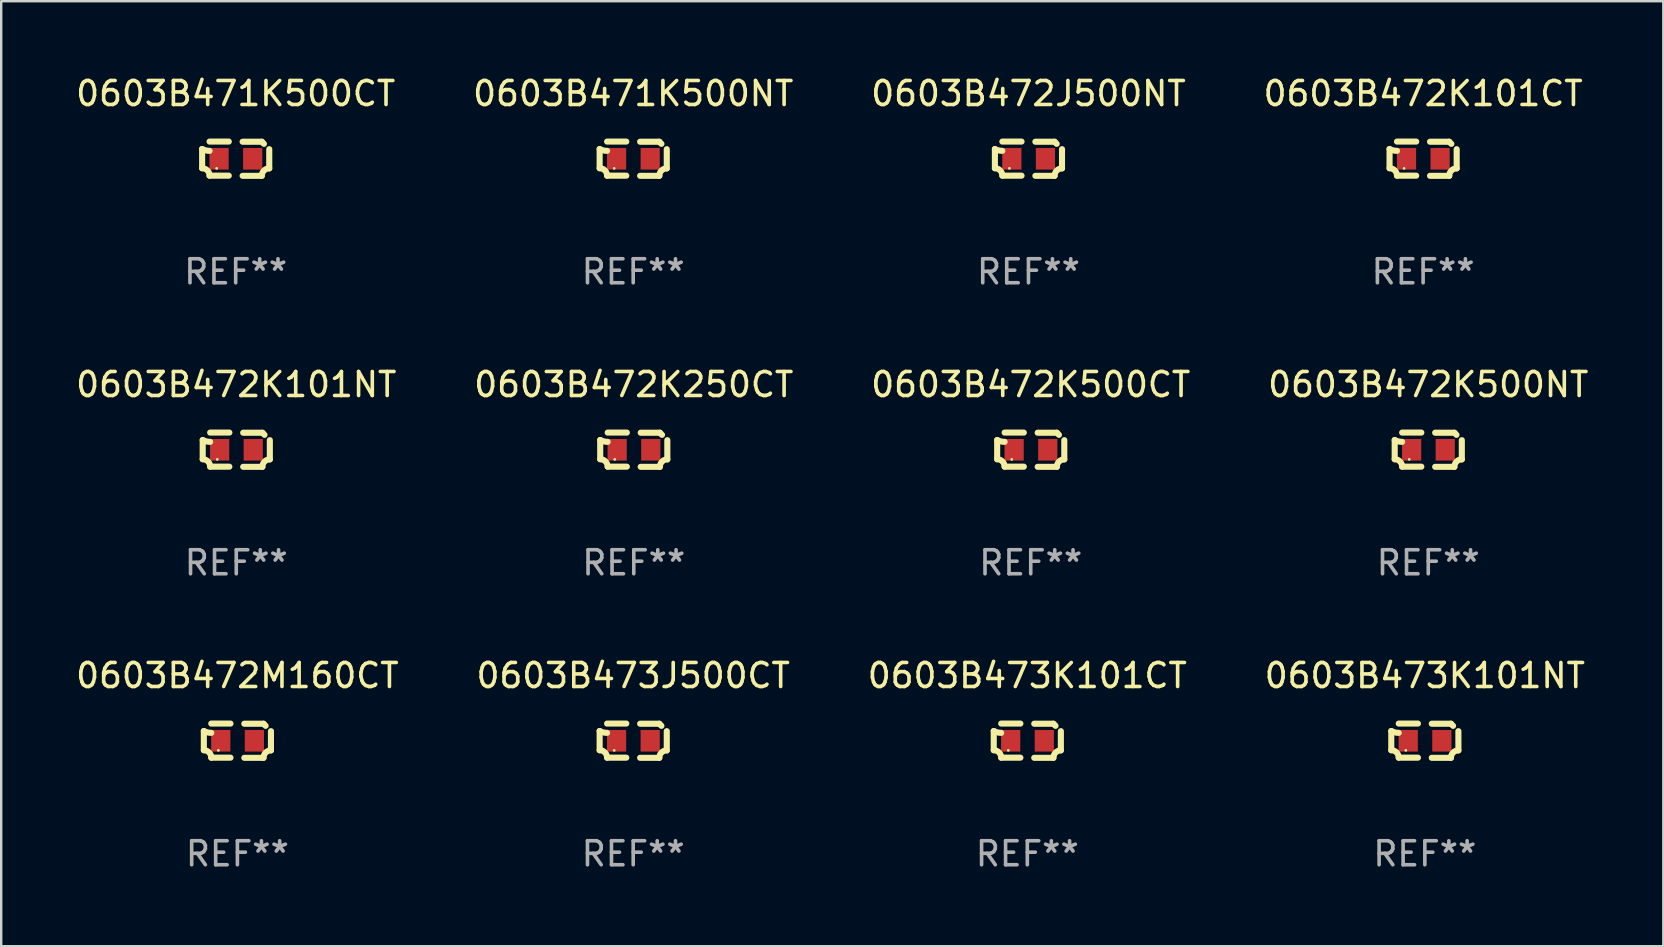
<source format=kicad_pcb>
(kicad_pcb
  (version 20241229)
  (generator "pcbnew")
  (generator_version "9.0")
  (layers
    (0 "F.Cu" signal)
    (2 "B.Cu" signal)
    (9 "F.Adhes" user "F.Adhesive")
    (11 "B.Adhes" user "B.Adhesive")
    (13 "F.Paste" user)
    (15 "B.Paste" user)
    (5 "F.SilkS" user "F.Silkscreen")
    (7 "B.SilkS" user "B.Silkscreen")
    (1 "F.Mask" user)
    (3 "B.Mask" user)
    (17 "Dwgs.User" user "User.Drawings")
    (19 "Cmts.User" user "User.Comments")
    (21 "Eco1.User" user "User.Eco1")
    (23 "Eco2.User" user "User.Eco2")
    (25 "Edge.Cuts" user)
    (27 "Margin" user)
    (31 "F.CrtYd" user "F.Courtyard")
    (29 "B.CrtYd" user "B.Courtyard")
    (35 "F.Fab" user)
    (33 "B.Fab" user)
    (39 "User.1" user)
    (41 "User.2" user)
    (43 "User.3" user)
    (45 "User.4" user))
  (footprint "0603B472K250CT"
    (layer "F.Cu")
    (at 23.351 15.683)
    (property "Reference" "0603B472K250CT" (at 0 -2.713 0) (layer "F.SilkS") (effects (font (size 1 1) (thickness 0.15))))
    (attr through_hole)
    (fp_line (start -1.398 -0.403) (end -1.398 0.397) (stroke (width 0.254) (type solid)) (layer "F.SilkS"))
    (fp_line (start -0.288 -0.713) (end -1.088 -0.713) (stroke (width 0.254) (type solid)) (layer "F.SilkS"))
    (fp_line (start -0.288 0.707) (end -1.088 0.707) (stroke (width 0.254) (type solid)) (layer "F.SilkS"))
    (fp_line (start 0.288 -0.707) (end 1.088 -0.707) (stroke (width 0.254) (type solid)) (layer "F.SilkS"))
    (fp_line (start 0.288 0.713) (end 1.088 0.713) (stroke (width 0.254) (type solid)) (layer "F.SilkS"))
    (fp_line (start 1.398 -0.397) (end 1.398 0.403) (stroke (width 0.254) (type solid)) (layer "F.SilkS"))
    (fp_arc (start -1.397789 0.397066) (mid -1.178701 0.487826) (end -1.08796 0.706922) (stroke (width 0.254001) (type solid)) (layer "F.SilkS"))
    (fp_arc (start -1.08796 -0.327176) (mid -1.247436 -0.346384) (end -1.39779 -0.402908) (stroke (width 0.254001) (type solid)) (layer "F.SilkS"))
    (fp_arc (start 1.087909 0.712738) (mid 1.178656 0.493655) (end 1.397739 0.402908) (stroke (width 0.254001) (type solid)) (layer "F.SilkS"))
    (fp_arc (start 1.175925 -0.618926) (mid 1.131917 -0.662923) (end 1.08791 -0.706922) (stroke (width 0.254001) (type solid)) (layer "F.SilkS"))
    (fp_circle (center -0.792 0.403) (end -0.762 0.403) (stroke (width 0.06) (type solid)) (fill no) (layer "F.SilkS"))
    (fp_text user "REF**" (at 0 4.713 0) (layer "F.Fab") (effects (font (size 1 1) (thickness 0.15))))
    (pad "1" smd rect (at -0.692 0.003) (size 0.8 0.9) (layers "F.Cu" "F.Mask" "F.Paste"))
    (pad "2" smd rect (at 0.708 0.003) (size 0.8 0.9) (layers "F.Cu" "F.Mask" "F.Paste")))
  (footprint "0603B473K101NT"
    (layer "F.Cu")
    (at 56.304 27.805)
    (property "Reference" "0603B473K101NT" (at 0 -2.713 0) (layer "F.SilkS") (effects (font (size 1 1) (thickness 0.15))))
    (attr through_hole)
    (fp_line (start -1.398 -0.403) (end -1.398 0.397) (stroke (width 0.254) (type solid)) (layer "F.SilkS"))
    (fp_line (start -0.288 -0.713) (end -1.088 -0.713) (stroke (width 0.254) (type solid)) (layer "F.SilkS"))
    (fp_line (start -0.288 0.707) (end -1.088 0.707) (stroke (width 0.254) (type solid)) (layer "F.SilkS"))
    (fp_line (start 0.288 -0.707) (end 1.088 -0.707) (stroke (width 0.254) (type solid)) (layer "F.SilkS"))
    (fp_line (start 0.288 0.713) (end 1.088 0.713) (stroke (width 0.254) (type solid)) (layer "F.SilkS"))
    (fp_line (start 1.398 -0.397) (end 1.398 0.403) (stroke (width 0.254) (type solid)) (layer "F.SilkS"))
    (fp_arc (start -1.397789 0.397066) (mid -1.178701 0.487826) (end -1.08796 0.706922) (stroke (width 0.254001) (type solid)) (layer "F.SilkS"))
    (fp_arc (start -1.08796 -0.327176) (mid -1.247436 -0.346384) (end -1.39779 -0.402908) (stroke (width 0.254001) (type solid)) (layer "F.SilkS"))
    (fp_arc (start 1.087909 0.712738) (mid 1.178656 0.493655) (end 1.397739 0.402908) (stroke (width 0.254001) (type solid)) (layer "F.SilkS"))
    (fp_arc (start 1.175925 -0.618926) (mid 1.131917 -0.662923) (end 1.08791 -0.706922) (stroke (width 0.254001) (type solid)) (layer "F.SilkS"))
    (fp_circle (center -0.792 0.403) (end -0.762 0.403) (stroke (width 0.06) (type solid)) (fill no) (layer "F.SilkS"))
    (fp_text user "REF**" (at 0 4.713 0) (layer "F.Fab") (effects (font (size 1 1) (thickness 0.15))))
    (pad "1" smd rect (at -0.692 0.003) (size 0.8 0.9) (layers "F.Cu" "F.Mask" "F.Paste"))
    (pad "2" smd rect (at 0.708 0.003) (size 0.8 0.9) (layers "F.Cu" "F.Mask" "F.Paste")))
  (footprint "0603B472K101NT"
    (layer "F.Cu")
    (at 6.792 15.683)
    (property "Reference" "0603B472K101NT" (at 0 -2.713 0) (layer "F.SilkS") (effects (font (size 1 1) (thickness 0.15))))
    (attr through_hole)
    (fp_line (start -1.398 -0.403) (end -1.398 0.397) (stroke (width 0.254) (type solid)) (layer "F.SilkS"))
    (fp_line (start -0.288 -0.713) (end -1.088 -0.713) (stroke (width 0.254) (type solid)) (layer "F.SilkS"))
    (fp_line (start -0.288 0.707) (end -1.088 0.707) (stroke (width 0.254) (type solid)) (layer "F.SilkS"))
    (fp_line (start 0.288 -0.707) (end 1.088 -0.707) (stroke (width 0.254) (type solid)) (layer "F.SilkS"))
    (fp_line (start 0.288 0.713) (end 1.088 0.713) (stroke (width 0.254) (type solid)) (layer "F.SilkS"))
    (fp_line (start 1.398 -0.397) (end 1.398 0.403) (stroke (width 0.254) (type solid)) (layer "F.SilkS"))
    (fp_arc (start -1.397789 0.397066) (mid -1.178701 0.487826) (end -1.08796 0.706922) (stroke (width 0.254001) (type solid)) (layer "F.SilkS"))
    (fp_arc (start -1.08796 -0.327176) (mid -1.247436 -0.346384) (end -1.39779 -0.402908) (stroke (width 0.254001) (type solid)) (layer "F.SilkS"))
    (fp_arc (start 1.087909 0.712738) (mid 1.178656 0.493655) (end 1.397739 0.402908) (stroke (width 0.254001) (type solid)) (layer "F.SilkS"))
    (fp_arc (start 1.175925 -0.618926) (mid 1.131917 -0.662923) (end 1.08791 -0.706922) (stroke (width 0.254001) (type solid)) (layer "F.SilkS"))
    (fp_circle (center -0.792 0.403) (end -0.762 0.403) (stroke (width 0.06) (type solid)) (fill no) (layer "F.SilkS"))
    (fp_text user "REF**" (at 0 4.713 0) (layer "F.Fab") (effects (font (size 1 1) (thickness 0.15))))
    (pad "1" smd rect (at -0.692 0.003) (size 0.8 0.9) (layers "F.Cu" "F.Mask" "F.Paste"))
    (pad "2" smd rect (at 0.708 0.003) (size 0.8 0.9) (layers "F.Cu" "F.Mask" "F.Paste")))
  (footprint "0603B473J500CT"
    (layer "F.Cu")
    (at 23.327 27.805)
    (property "Reference" "0603B473J500CT" (at 0 -2.713 0) (layer "F.SilkS") (effects (font (size 1 1) (thickness 0.15))))
    (attr through_hole)
    (fp_line (start -1.398 -0.403) (end -1.398 0.397) (stroke (width 0.254) (type solid)) (layer "F.SilkS"))
    (fp_line (start -0.288 -0.713) (end -1.088 -0.713) (stroke (width 0.254) (type solid)) (layer "F.SilkS"))
    (fp_line (start -0.288 0.707) (end -1.088 0.707) (stroke (width 0.254) (type solid)) (layer "F.SilkS"))
    (fp_line (start 0.288 -0.707) (end 1.088 -0.707) (stroke (width 0.254) (type solid)) (layer "F.SilkS"))
    (fp_line (start 0.288 0.713) (end 1.088 0.713) (stroke (width 0.254) (type solid)) (layer "F.SilkS"))
    (fp_line (start 1.398 -0.397) (end 1.398 0.403) (stroke (width 0.254) (type solid)) (layer "F.SilkS"))
    (fp_arc (start -1.397789 0.397066) (mid -1.178701 0.487826) (end -1.08796 0.706922) (stroke (width 0.254001) (type solid)) (layer "F.SilkS"))
    (fp_arc (start -1.08796 -0.327176) (mid -1.247436 -0.346384) (end -1.39779 -0.402908) (stroke (width 0.254001) (type solid)) (layer "F.SilkS"))
    (fp_arc (start 1.087909 0.712738) (mid 1.178656 0.493655) (end 1.397739 0.402908) (stroke (width 0.254001) (type solid)) (layer "F.SilkS"))
    (fp_arc (start 1.175925 -0.618926) (mid 1.131917 -0.662923) (end 1.08791 -0.706922) (stroke (width 0.254001) (type solid)) (layer "F.SilkS"))
    (fp_circle (center -0.792 0.403) (end -0.762 0.403) (stroke (width 0.06) (type solid)) (fill no) (layer "F.SilkS"))
    (fp_text user "REF**" (at 0 4.713 0) (layer "F.Fab") (effects (font (size 1 1) (thickness 0.15))))
    (pad "1" smd rect (at -0.692 0.003) (size 0.8 0.9) (layers "F.Cu" "F.Mask" "F.Paste"))
    (pad "2" smd rect (at 0.708 0.003) (size 0.8 0.9) (layers "F.Cu" "F.Mask" "F.Paste")))
  (footprint "0603B472J500NT"
    (layer "F.Cu")
    (at 39.792 3.561)
    (property "Reference" "0603B472J500NT" (at 0 -2.713 0) (layer "F.SilkS") (effects (font (size 1 1) (thickness 0.15))))
    (attr through_hole)
    (fp_line (start -1.398 -0.403) (end -1.398 0.397) (stroke (width 0.254) (type solid)) (layer "F.SilkS"))
    (fp_line (start -0.288 -0.713) (end -1.088 -0.713) (stroke (width 0.254) (type solid)) (layer "F.SilkS"))
    (fp_line (start -0.288 0.707) (end -1.088 0.707) (stroke (width 0.254) (type solid)) (layer "F.SilkS"))
    (fp_line (start 0.288 -0.707) (end 1.088 -0.707) (stroke (width 0.254) (type solid)) (layer "F.SilkS"))
    (fp_line (start 0.288 0.713) (end 1.088 0.713) (stroke (width 0.254) (type solid)) (layer "F.SilkS"))
    (fp_line (start 1.398 -0.397) (end 1.398 0.403) (stroke (width 0.254) (type solid)) (layer "F.SilkS"))
    (fp_arc (start -1.397789 0.397066) (mid -1.178701 0.487826) (end -1.08796 0.706922) (stroke (width 0.254001) (type solid)) (layer "F.SilkS"))
    (fp_arc (start -1.08796 -0.327176) (mid -1.247436 -0.346384) (end -1.39779 -0.402908) (stroke (width 0.254001) (type solid)) (layer "F.SilkS"))
    (fp_arc (start 1.087909 0.712738) (mid 1.178656 0.493655) (end 1.397739 0.402908) (stroke (width 0.254001) (type solid)) (layer "F.SilkS"))
    (fp_arc (start 1.175925 -0.618926) (mid 1.131917 -0.662923) (end 1.08791 -0.706922) (stroke (width 0.254001) (type solid)) (layer "F.SilkS"))
    (fp_circle (center -0.792 0.403) (end -0.762 0.403) (stroke (width 0.06) (type solid)) (fill no) (layer "F.SilkS"))
    (fp_text user "REF**" (at 0 4.713 0) (layer "F.Fab") (effects (font (size 1 1) (thickness 0.15))))
    (pad "1" smd rect (at -0.692 0.003) (size 0.8 0.9) (layers "F.Cu" "F.Mask" "F.Paste"))
    (pad "2" smd rect (at 0.708 0.003) (size 0.8 0.9) (layers "F.Cu" "F.Mask" "F.Paste")))
  (footprint "0603B472K500NT"
    (layer "F.Cu")
    (at 56.446 15.683)
    (property "Reference" "0603B472K500NT" (at 0 -2.713 0) (layer "F.SilkS") (effects (font (size 1 1) (thickness 0.15))))
    (attr through_hole)
    (fp_line (start -1.398 -0.403) (end -1.398 0.397) (stroke (width 0.254) (type solid)) (layer "F.SilkS"))
    (fp_line (start -0.288 -0.713) (end -1.088 -0.713) (stroke (width 0.254) (type solid)) (layer "F.SilkS"))
    (fp_line (start -0.288 0.707) (end -1.088 0.707) (stroke (width 0.254) (type solid)) (layer "F.SilkS"))
    (fp_line (start 0.288 -0.707) (end 1.088 -0.707) (stroke (width 0.254) (type solid)) (layer "F.SilkS"))
    (fp_line (start 0.288 0.713) (end 1.088 0.713) (stroke (width 0.254) (type solid)) (layer "F.SilkS"))
    (fp_line (start 1.398 -0.397) (end 1.398 0.403) (stroke (width 0.254) (type solid)) (layer "F.SilkS"))
    (fp_arc (start -1.397789 0.397066) (mid -1.178701 0.487826) (end -1.08796 0.706922) (stroke (width 0.254001) (type solid)) (layer "F.SilkS"))
    (fp_arc (start -1.08796 -0.327176) (mid -1.247436 -0.346384) (end -1.39779 -0.402908) (stroke (width 0.254001) (type solid)) (layer "F.SilkS"))
    (fp_arc (start 1.087909 0.712738) (mid 1.178656 0.493655) (end 1.397739 0.402908) (stroke (width 0.254001) (type solid)) (layer "F.SilkS"))
    (fp_arc (start 1.175925 -0.618926) (mid 1.131917 -0.662923) (end 1.08791 -0.706922) (stroke (width 0.254001) (type solid)) (layer "F.SilkS"))
    (fp_circle (center -0.792 0.403) (end -0.762 0.403) (stroke (width 0.06) (type solid)) (fill no) (layer "F.SilkS"))
    (fp_text user "REF**" (at 0 4.713 0) (layer "F.Fab") (effects (font (size 1 1) (thickness 0.15))))
    (pad "1" smd rect (at -0.692 0.003) (size 0.8 0.9) (layers "F.Cu" "F.Mask" "F.Paste"))
    (pad "2" smd rect (at 0.708 0.003) (size 0.8 0.9) (layers "F.Cu" "F.Mask" "F.Paste")))
  (footprint "0603B473K101CT"
    (layer "F.Cu")
    (at 39.744 27.805)
    (property "Reference" "0603B473K101CT" (at 0 -2.713 0) (layer "F.SilkS") (effects (font (size 1 1) (thickness 0.15))))
    (attr through_hole)
    (fp_line (start -1.398 -0.403) (end -1.398 0.397) (stroke (width 0.254) (type solid)) (layer "F.SilkS"))
    (fp_line (start -0.288 -0.713) (end -1.088 -0.713) (stroke (width 0.254) (type solid)) (layer "F.SilkS"))
    (fp_line (start -0.288 0.707) (end -1.088 0.707) (stroke (width 0.254) (type solid)) (layer "F.SilkS"))
    (fp_line (start 0.288 -0.707) (end 1.088 -0.707) (stroke (width 0.254) (type solid)) (layer "F.SilkS"))
    (fp_line (start 0.288 0.713) (end 1.088 0.713) (stroke (width 0.254) (type solid)) (layer "F.SilkS"))
    (fp_line (start 1.398 -0.397) (end 1.398 0.403) (stroke (width 0.254) (type solid)) (layer "F.SilkS"))
    (fp_arc (start -1.397789 0.397066) (mid -1.178701 0.487826) (end -1.08796 0.706922) (stroke (width 0.254001) (type solid)) (layer "F.SilkS"))
    (fp_arc (start -1.08796 -0.327176) (mid -1.247436 -0.346384) (end -1.39779 -0.402908) (stroke (width 0.254001) (type solid)) (layer "F.SilkS"))
    (fp_arc (start 1.087909 0.712738) (mid 1.178656 0.493655) (end 1.397739 0.402908) (stroke (width 0.254001) (type solid)) (layer "F.SilkS"))
    (fp_arc (start 1.175925 -0.618926) (mid 1.131917 -0.662923) (end 1.08791 -0.706922) (stroke (width 0.254001) (type solid)) (layer "F.SilkS"))
    (fp_circle (center -0.792 0.403) (end -0.762 0.403) (stroke (width 0.06) (type solid)) (fill no) (layer "F.SilkS"))
    (fp_text user "REF**" (at 0 4.713 0) (layer "F.Fab") (effects (font (size 1 1) (thickness 0.15))))
    (pad "1" smd rect (at -0.692 0.003) (size 0.8 0.9) (layers "F.Cu" "F.Mask" "F.Paste"))
    (pad "2" smd rect (at 0.708 0.003) (size 0.8 0.9) (layers "F.Cu" "F.Mask" "F.Paste")))
  (footprint "0603B472K101CT"
    (layer "F.Cu")
    (at 56.232 3.561)
    (property "Reference" "0603B472K101CT" (at 0 -2.713 0) (layer "F.SilkS") (effects (font (size 1 1) (thickness 0.15))))
    (attr through_hole)
    (fp_line (start -1.398 -0.403) (end -1.398 0.397) (stroke (width 0.254) (type solid)) (layer "F.SilkS"))
    (fp_line (start -0.288 -0.713) (end -1.088 -0.713) (stroke (width 0.254) (type solid)) (layer "F.SilkS"))
    (fp_line (start -0.288 0.707) (end -1.088 0.707) (stroke (width 0.254) (type solid)) (layer "F.SilkS"))
    (fp_line (start 0.288 -0.707) (end 1.088 -0.707) (stroke (width 0.254) (type solid)) (layer "F.SilkS"))
    (fp_line (start 0.288 0.713) (end 1.088 0.713) (stroke (width 0.254) (type solid)) (layer "F.SilkS"))
    (fp_line (start 1.398 -0.397) (end 1.398 0.403) (stroke (width 0.254) (type solid)) (layer "F.SilkS"))
    (fp_arc (start -1.397789 0.397066) (mid -1.178701 0.487826) (end -1.08796 0.706922) (stroke (width 0.254001) (type solid)) (layer "F.SilkS"))
    (fp_arc (start -1.08796 -0.327176) (mid -1.247436 -0.346384) (end -1.39779 -0.402908) (stroke (width 0.254001) (type solid)) (layer "F.SilkS"))
    (fp_arc (start 1.087909 0.712738) (mid 1.178656 0.493655) (end 1.397739 0.402908) (stroke (width 0.254001) (type solid)) (layer "F.SilkS"))
    (fp_arc (start 1.175925 -0.618926) (mid 1.131917 -0.662923) (end 1.08791 -0.706922) (stroke (width 0.254001) (type solid)) (layer "F.SilkS"))
    (fp_circle (center -0.792 0.403) (end -0.762 0.403) (stroke (width 0.06) (type solid)) (fill no) (layer "F.SilkS"))
    (fp_text user "REF**" (at 0 4.713 0) (layer "F.Fab") (effects (font (size 1 1) (thickness 0.15))))
    (pad "1" smd rect (at -0.692 0.003) (size 0.8 0.9) (layers "F.Cu" "F.Mask" "F.Paste"))
    (pad "2" smd rect (at 0.708 0.003) (size 0.8 0.9) (layers "F.Cu" "F.Mask" "F.Paste")))
  (footprint "0603B471K500CT"
    (layer "F.Cu")
    (at 6.768 3.561)
    (property "Reference" "0603B471K500CT" (at 0 -2.713 0) (layer "F.SilkS") (effects (font (size 1 1) (thickness 0.15))))
    (attr through_hole)
    (fp_line (start -1.398 -0.403) (end -1.398 0.397) (stroke (width 0.254) (type solid)) (layer "F.SilkS"))
    (fp_line (start -0.288 -0.713) (end -1.088 -0.713) (stroke (width 0.254) (type solid)) (layer "F.SilkS"))
    (fp_line (start -0.288 0.707) (end -1.088 0.707) (stroke (width 0.254) (type solid)) (layer "F.SilkS"))
    (fp_line (start 0.288 -0.707) (end 1.088 -0.707) (stroke (width 0.254) (type solid)) (layer "F.SilkS"))
    (fp_line (start 0.288 0.713) (end 1.088 0.713) (stroke (width 0.254) (type solid)) (layer "F.SilkS"))
    (fp_line (start 1.398 -0.397) (end 1.398 0.403) (stroke (width 0.254) (type solid)) (layer "F.SilkS"))
    (fp_arc (start -1.397789 0.397066) (mid -1.178701 0.487826) (end -1.08796 0.706922) (stroke (width 0.254001) (type solid)) (layer "F.SilkS"))
    (fp_arc (start -1.08796 -0.327176) (mid -1.247436 -0.346384) (end -1.39779 -0.402908) (stroke (width 0.254001) (type solid)) (layer "F.SilkS"))
    (fp_arc (start 1.087909 0.712738) (mid 1.178656 0.493655) (end 1.397739 0.402908) (stroke (width 0.254001) (type solid)) (layer "F.SilkS"))
    (fp_arc (start 1.175925 -0.618926) (mid 1.131917 -0.662923) (end 1.08791 -0.706922) (stroke (width 0.254001) (type solid)) (layer "F.SilkS"))
    (fp_circle (center -0.792 0.403) (end -0.762 0.403) (stroke (width 0.06) (type solid)) (fill no) (layer "F.SilkS"))
    (fp_text user "REF**" (at 0 4.713 0) (layer "F.Fab") (effects (font (size 1 1) (thickness 0.15))))
    (pad "1" smd rect (at -0.692 0.003) (size 0.8 0.9) (layers "F.Cu" "F.Mask" "F.Paste"))
    (pad "2" smd rect (at 0.708 0.003) (size 0.8 0.9) (layers "F.Cu" "F.Mask" "F.Paste")))
  (footprint "0603B472K500CT"
    (layer "F.Cu")
    (at 39.887 15.683)
    (property "Reference" "0603B472K500CT" (at 0 -2.713 0) (layer "F.SilkS") (effects (font (size 1 1) (thickness 0.15))))
    (attr through_hole)
    (fp_line (start -1.398 -0.403) (end -1.398 0.397) (stroke (width 0.254) (type solid)) (layer "F.SilkS"))
    (fp_line (start -0.288 -0.713) (end -1.088 -0.713) (stroke (width 0.254) (type solid)) (layer "F.SilkS"))
    (fp_line (start -0.288 0.707) (end -1.088 0.707) (stroke (width 0.254) (type solid)) (layer "F.SilkS"))
    (fp_line (start 0.288 -0.707) (end 1.088 -0.707) (stroke (width 0.254) (type solid)) (layer "F.SilkS"))
    (fp_line (start 0.288 0.713) (end 1.088 0.713) (stroke (width 0.254) (type solid)) (layer "F.SilkS"))
    (fp_line (start 1.398 -0.397) (end 1.398 0.403) (stroke (width 0.254) (type solid)) (layer "F.SilkS"))
    (fp_arc (start -1.397789 0.397066) (mid -1.178701 0.487826) (end -1.08796 0.706922) (stroke (width 0.254001) (type solid)) (layer "F.SilkS"))
    (fp_arc (start -1.08796 -0.327176) (mid -1.247436 -0.346384) (end -1.39779 -0.402908) (stroke (width 0.254001) (type solid)) (layer "F.SilkS"))
    (fp_arc (start 1.087909 0.712738) (mid 1.178656 0.493655) (end 1.397739 0.402908) (stroke (width 0.254001) (type solid)) (layer "F.SilkS"))
    (fp_arc (start 1.175925 -0.618926) (mid 1.131917 -0.662923) (end 1.08791 -0.706922) (stroke (width 0.254001) (type solid)) (layer "F.SilkS"))
    (fp_circle (center -0.792 0.403) (end -0.762 0.403) (stroke (width 0.06) (type solid)) (fill no) (layer "F.SilkS"))
    (fp_text user "REF**" (at 0 4.713 0) (layer "F.Fab") (effects (font (size 1 1) (thickness 0.15))))
    (pad "1" smd rect (at -0.692 0.003) (size 0.8 0.9) (layers "F.Cu" "F.Mask" "F.Paste"))
    (pad "2" smd rect (at 0.708 0.003) (size 0.8 0.9) (layers "F.Cu" "F.Mask" "F.Paste")))
  (footprint "0603B471K500NT"
    (layer "F.Cu")
    (at 23.327 3.561)
    (property "Reference" "0603B471K500NT" (at 0 -2.713 0) (layer "F.SilkS") (effects (font (size 1 1) (thickness 0.15))))
    (attr through_hole)
    (fp_line (start -1.398 -0.403) (end -1.398 0.397) (stroke (width 0.254) (type solid)) (layer "F.SilkS"))
    (fp_line (start -0.288 -0.713) (end -1.088 -0.713) (stroke (width 0.254) (type solid)) (layer "F.SilkS"))
    (fp_line (start -0.288 0.707) (end -1.088 0.707) (stroke (width 0.254) (type solid)) (layer "F.SilkS"))
    (fp_line (start 0.288 -0.707) (end 1.088 -0.707) (stroke (width 0.254) (type solid)) (layer "F.SilkS"))
    (fp_line (start 0.288 0.713) (end 1.088 0.713) (stroke (width 0.254) (type solid)) (layer "F.SilkS"))
    (fp_line (start 1.398 -0.397) (end 1.398 0.403) (stroke (width 0.254) (type solid)) (layer "F.SilkS"))
    (fp_arc (start -1.397789 0.397066) (mid -1.178701 0.487826) (end -1.08796 0.706922) (stroke (width 0.254001) (type solid)) (layer "F.SilkS"))
    (fp_arc (start -1.08796 -0.327176) (mid -1.247436 -0.346384) (end -1.39779 -0.402908) (stroke (width 0.254001) (type solid)) (layer "F.SilkS"))
    (fp_arc (start 1.087909 0.712738) (mid 1.178656 0.493655) (end 1.397739 0.402908) (stroke (width 0.254001) (type solid)) (layer "F.SilkS"))
    (fp_arc (start 1.175925 -0.618926) (mid 1.131917 -0.662923) (end 1.08791 -0.706922) (stroke (width 0.254001) (type solid)) (layer "F.SilkS"))
    (fp_circle (center -0.792 0.403) (end -0.762 0.403) (stroke (width 0.06) (type solid)) (fill no) (layer "F.SilkS"))
    (fp_text user "REF**" (at 0 4.713 0) (layer "F.Fab") (effects (font (size 1 1) (thickness 0.15))))
    (pad "1" smd rect (at -0.692 0.003) (size 0.8 0.9) (layers "F.Cu" "F.Mask" "F.Paste"))
    (pad "2" smd rect (at 0.708 0.003) (size 0.8 0.9) (layers "F.Cu" "F.Mask" "F.Paste")))
  (footprint "0603B472M160CT"
    (layer "F.Cu")
    (at 6.839 27.805)
    (property "Reference" "0603B472M160CT" (at 0 -2.713 0) (layer "F.SilkS") (effects (font (size 1 1) (thickness 0.15))))
    (attr through_hole)
    (fp_line (start -1.398 -0.403) (end -1.398 0.397) (stroke (width 0.254) (type solid)) (layer "F.SilkS"))
    (fp_line (start -0.288 -0.713) (end -1.088 -0.713) (stroke (width 0.254) (type solid)) (layer "F.SilkS"))
    (fp_line (start -0.288 0.707) (end -1.088 0.707) (stroke (width 0.254) (type solid)) (layer "F.SilkS"))
    (fp_line (start 0.288 -0.707) (end 1.088 -0.707) (stroke (width 0.254) (type solid)) (layer "F.SilkS"))
    (fp_line (start 0.288 0.713) (end 1.088 0.713) (stroke (width 0.254) (type solid)) (layer "F.SilkS"))
    (fp_line (start 1.398 -0.397) (end 1.398 0.403) (stroke (width 0.254) (type solid)) (layer "F.SilkS"))
    (fp_arc (start -1.397789 0.397066) (mid -1.178701 0.487826) (end -1.08796 0.706922) (stroke (width 0.254001) (type solid)) (layer "F.SilkS"))
    (fp_arc (start -1.08796 -0.327176) (mid -1.247436 -0.346384) (end -1.39779 -0.402908) (stroke (width 0.254001) (type solid)) (layer "F.SilkS"))
    (fp_arc (start 1.087909 0.712738) (mid 1.178656 0.493655) (end 1.397739 0.402908) (stroke (width 0.254001) (type solid)) (layer "F.SilkS"))
    (fp_arc (start 1.175925 -0.618926) (mid 1.131917 -0.662923) (end 1.08791 -0.706922) (stroke (width 0.254001) (type solid)) (layer "F.SilkS"))
    (fp_circle (center -0.792 0.403) (end -0.762 0.403) (stroke (width 0.06) (type solid)) (fill no) (layer "F.SilkS"))
    (fp_text user "REF**" (at 0 4.713 0) (layer "F.Fab") (effects (font (size 1 1) (thickness 0.15))))
    (pad "1" smd rect (at -0.692 0.003) (size 0.8 0.9) (layers "F.Cu" "F.Mask" "F.Paste"))
    (pad "2" smd rect (at 0.708 0.003) (size 0.8 0.9) (layers "F.Cu" "F.Mask" "F.Paste")))
  (gr_rect
    (start -3 -3)
    (end 66.238 36.366)
    (stroke (width 0.1) (type default))
    (fill no)
    (layer "Edge.Cuts")))
</source>
